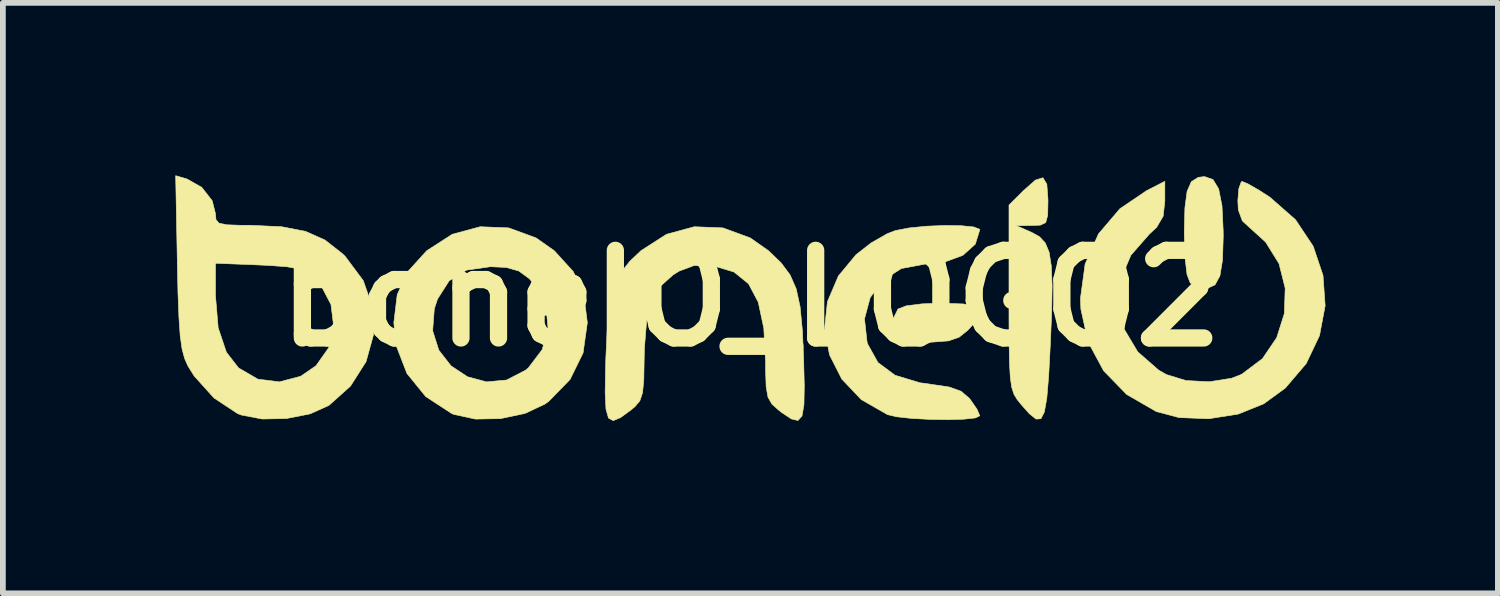
<source format=kicad_pcb>
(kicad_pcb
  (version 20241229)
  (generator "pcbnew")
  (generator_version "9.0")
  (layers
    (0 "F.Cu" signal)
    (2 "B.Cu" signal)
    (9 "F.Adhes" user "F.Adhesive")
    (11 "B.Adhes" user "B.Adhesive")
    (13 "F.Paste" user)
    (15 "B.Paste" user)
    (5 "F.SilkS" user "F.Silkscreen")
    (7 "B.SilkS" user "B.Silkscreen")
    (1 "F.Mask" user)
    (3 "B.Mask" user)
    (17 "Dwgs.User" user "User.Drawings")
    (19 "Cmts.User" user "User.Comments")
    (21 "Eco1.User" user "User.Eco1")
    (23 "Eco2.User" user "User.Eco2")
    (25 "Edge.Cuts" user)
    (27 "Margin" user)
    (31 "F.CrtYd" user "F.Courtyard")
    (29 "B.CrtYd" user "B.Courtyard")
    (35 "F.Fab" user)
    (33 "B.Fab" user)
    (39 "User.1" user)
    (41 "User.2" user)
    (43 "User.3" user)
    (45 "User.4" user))
  (footprint "boneIO_LOGO2"
    (layer "F.Cu")
    (at 10.01 2.138)
    (property "Reference" "boneIO_LOGO2" (at 0 0 180) (layer "F.SilkS") (effects (font (size 1.524 1.524) (thickness 0.3))))
    (attr exclude_from_pos_files exclude_from_bom)
    (fp_poly (pts (xy 3.697 0.098) (xy 3.917 0.146) (xy 3.99 0.237) (xy 3.924 0.384) (xy 3.772 0.554) (xy 3.618 0.677) (xy 3.435 0.74) (xy 3.162 0.761) (xy 3.066 0.762) (xy 2.789 0.753) (xy 2.585 0.73) (xy 2.512 0.706) (xy 2.458 0.555) (xy 2.476 0.35) (xy 2.556 0.187) (xy 2.557 0.186) (xy 2.699 0.131) (xy 2.977 0.096) (xy 3.319 0.085) (xy 3.697 0.098)) (stroke (width 0.01) (type solid)) (fill yes) (layer "F.SilkS"))
    (fp_poly (pts (xy 8.034 -2.066) (xy 8.133 -1.903) (xy 8.191 -1.61) (xy 8.212 -1.171) (xy 8.213 -1.081) (xy 8.2 -0.664) (xy 8.155 -0.39) (xy 8.069 -0.234) (xy 7.934 -0.173) (xy 7.874 -0.169) (xy 7.696 -0.226) (xy 7.637 -0.271) (xy 7.583 -0.415) (xy 7.548 -0.708) (xy 7.535 -1.129) (xy 7.535 -1.143) (xy 7.546 -1.572) (xy 7.584 -1.859) (xy 7.658 -2.028) (xy 7.778 -2.104) (xy 7.888 -2.117) (xy 8.034 -2.066)) (stroke (width 0.01) (type solid)) (fill yes) (layer "F.SilkS"))
    (fp_poly (pts (xy 5.145 -1.985) (xy 5.165 -1.715) (xy 5.165 -1.693) (xy 5.16 -1.443) (xy 5.125 -1.317) (xy 5.033 -1.273) (xy 4.889 -1.267) (xy 4.614 -1.263) (xy 4.881 -1.147) (xy 5.018 -1.071) (xy 5.118 -0.963) (xy 5.185 -0.801) (xy 5.223 -0.56) (xy 5.237 -0.219) (xy 5.229 0.247) (xy 5.205 0.813) (xy 5.177 1.351) (xy 5.145 1.734) (xy 5.102 1.977) (xy 5.042 2.094) (xy 4.958 2.1) (xy 4.843 2.009) (xy 4.707 1.856) (xy 4.63 1.762) (xy 4.574 1.669) (xy 4.535 1.551) (xy 4.51 1.382) (xy 4.496 1.136) (xy 4.489 0.787) (xy 4.487 0.309) (xy 4.487 -0.013) (xy 4.487 -1.622) (xy 4.735 -1.869) (xy 4.946 -2.056) (xy 5.077 -2.097) (xy 5.145 -1.985)) (stroke (width 0.01) (type solid)) (fill yes) (layer "F.SilkS"))
    (fp_poly (pts (xy 3.657 -1.263) (xy 3.875 -1.241) (xy 3.977 -1.201) (xy 3.979 -1.192) (xy 3.901 -0.942) (xy 3.685 -0.748) (xy 3.356 -0.627) (xy 3.013 -0.593) (xy 2.614 -0.518) (xy 2.294 -0.314) (xy 2.073 -0.013) (xy 1.974 0.357) (xy 2.019 0.764) (xy 2.03 0.797) (xy 2.208 1.117) (xy 2.506 1.338) (xy 2.936 1.468) (xy 3.129 1.495) (xy 3.45 1.543) (xy 3.655 1.617) (xy 3.796 1.738) (xy 3.814 1.76) (xy 3.93 1.928) (xy 3.979 2.042) (xy 3.979 2.043) (xy 3.902 2.08) (xy 3.701 2.102) (xy 3.418 2.11) (xy 3.1 2.105) (xy 2.788 2.088) (xy 2.529 2.059) (xy 2.373 2.022) (xy 1.918 1.761) (xy 1.58 1.405) (xy 1.366 0.984) (xy 1.28 0.525) (xy 1.33 0.058) (xy 1.52 -0.388) (xy 1.826 -0.758) (xy 2.089 -0.963) (xy 2.37 -1.124) (xy 2.51 -1.178) (xy 2.749 -1.224) (xy 3.05 -1.254) (xy 3.367 -1.267) (xy 3.657 -1.263)) (stroke (width 0.01) (type solid)) (fill yes) (layer "F.SilkS"))
    (fp_poly (pts (xy -4.214 -1.225) (xy -3.738 -1.051) (xy -3.422 -0.829) (xy -3.091 -0.465) (xy -2.907 -0.063) (xy -2.846 0.423) (xy -2.92 0.95) (xy -3.147 1.412) (xy -3.517 1.791) (xy -3.58 1.837) (xy -3.93 2.002) (xy -4.357 2.092) (xy -4.793 2.1) (xy -5.167 2.019) (xy -5.207 2.002) (xy -5.657 1.708) (xy -5.983 1.307) (xy -6.17 0.823) (xy -6.197 0.564) (xy -5.536 0.564) (xy -5.429 0.901) (xy -5.217 1.174) (xy -4.93 1.364) (xy -4.598 1.453) (xy -4.251 1.421) (xy -3.919 1.249) (xy -3.871 1.209) (xy -3.631 0.892) (xy -3.529 0.52) (xy -3.566 0.136) (xy -3.742 -0.216) (xy -3.858 -0.344) (xy -4.038 -0.475) (xy -4.255 -0.537) (xy -4.53 -0.55) (xy -4.945 -0.491) (xy -5.248 -0.306) (xy -5.451 0.012) (xy -5.507 0.182) (xy -5.536 0.564) (xy -6.197 0.564) (xy -6.211 0.423) (xy -6.152 -0.064) (xy -5.968 -0.465) (xy -5.638 -0.829) (xy -5.637 -0.829) (xy -5.195 -1.114) (xy -4.71 -1.245) (xy -4.214 -1.225)) (stroke (width 0.01) (type solid)) (fill yes) (layer "F.SilkS"))
    (fp_poly (pts (xy 7.197 -1.69) (xy 7.168 -1.427) (xy 7.055 -1.236) (xy 6.93 -1.119) (xy 6.607 -0.75) (xy 6.429 -0.33) (xy 6.392 0.111) (xy 6.493 0.541) (xy 6.726 0.931) (xy 7.09 1.249) (xy 7.224 1.326) (xy 7.565 1.43) (xy 7.97 1.451) (xy 8.358 1.39) (xy 8.532 1.322) (xy 8.895 1.049) (xy 9.143 0.684) (xy 9.276 0.263) (xy 9.29 -0.177) (xy 9.183 -0.603) (xy 8.951 -0.977) (xy 8.723 -1.184) (xy 8.545 -1.346) (xy 8.475 -1.539) (xy 8.467 -1.699) (xy 8.484 -1.909) (xy 8.526 -2.024) (xy 8.542 -2.032) (xy 8.648 -1.988) (xy 8.845 -1.874) (xy 9.026 -1.757) (xy 9.47 -1.367) (xy 9.777 -0.906) (xy 9.948 -0.398) (xy 9.985 0.129) (xy 9.887 0.648) (xy 9.656 1.134) (xy 9.292 1.561) (xy 8.917 1.834) (xy 8.474 2.013) (xy 7.96 2.094) (xy 7.445 2.074) (xy 7.048 1.969) (xy 6.532 1.671) (xy 6.132 1.259) (xy 5.862 0.757) (xy 5.737 0.187) (xy 5.73 -0.001) (xy 5.811 -0.596) (xy 6.043 -1.12) (xy 6.416 -1.558) (xy 6.879 -1.872) (xy 7.197 -2.035) (xy 7.197 -1.69)) (stroke (width 0.01) (type solid)) (fill yes) (layer "F.SilkS"))
    (fp_poly (pts (xy -0.489 -1.225) (xy -0.013 -1.051) (xy 0.303 -0.829) (xy 0.522 -0.619) (xy 0.679 -0.409) (xy 0.786 -0.166) (xy 0.854 0.146) (xy 0.894 0.562) (xy 0.915 1.037) (xy 0.927 1.52) (xy 0.921 1.851) (xy 0.887 2.047) (xy 0.817 2.124) (xy 0.705 2.099) (xy 0.54 1.99) (xy 0.477 1.941) (xy 0.363 1.838) (xy 0.296 1.72) (xy 0.264 1.542) (xy 0.254 1.258) (xy 0.254 1.116) (xy 0.223 0.52) (xy 0.127 0.068) (xy -0.042 -0.252) (xy -0.294 -0.457) (xy -0.634 -0.56) (xy -0.693 -0.568) (xy -0.994 -0.569) (xy -1.246 -0.475) (xy -1.355 -0.407) (xy -1.576 -0.21) (xy -1.726 0.048) (xy -1.815 0.398) (xy -1.854 0.872) (xy -1.858 1.073) (xy -1.864 1.421) (xy -1.886 1.643) (xy -1.933 1.783) (xy -2.019 1.885) (xy -2.086 1.941) (xy -2.268 2.074) (xy -2.396 2.127) (xy -2.478 2.083) (xy -2.522 1.926) (xy -2.536 1.639) (xy -2.529 1.205) (xy -2.524 1.037) (xy -2.498 0.502) (xy -2.455 0.101) (xy -2.383 -0.2) (xy -2.271 -0.437) (xy -2.107 -0.645) (xy -1.912 -0.829) (xy -1.469 -1.114) (xy -0.985 -1.245) (xy -0.489 -1.225)) (stroke (width 0.01) (type solid)) (fill yes) (layer "F.SilkS"))
    (fp_poly (pts (xy -9.807 -2.075) (xy -9.55 -1.929) (xy -9.369 -1.696) (xy -9.313 -1.472) (xy -9.304 -1.368) (xy -9.251 -1.307) (xy -9.119 -1.279) (xy -8.872 -1.27) (xy -8.7 -1.27) (xy -8.162 -1.245) (xy -7.745 -1.164) (xy -7.407 -1.013) (xy -7.105 -0.776) (xy -7.057 -0.73) (xy -6.743 -0.308) (xy -6.58 0.156) (xy -6.565 0.635) (xy -6.694 1.101) (xy -6.965 1.527) (xy -7.341 1.863) (xy -7.666 2.009) (xy -8.076 2.09) (xy -8.499 2.099) (xy -8.865 2.029) (xy -8.932 2.002) (xy -9.339 1.733) (xy -9.683 1.351) (xy -9.792 1.176) (xy -9.85 1.045) (xy -9.894 0.88) (xy -9.926 0.654) (xy -9.948 0.338) (xy -9.963 -0.048) (xy -9.313 -0.048) (xy -9.266 0.512) (xy -9.123 0.938) (xy -8.911 1.211) (xy -8.575 1.406) (xy -8.201 1.453) (xy -7.83 1.355) (xy -7.564 1.172) (xy -7.343 0.858) (xy -7.257 0.488) (xy -7.304 0.108) (xy -7.485 -0.237) (xy -7.584 -0.345) (xy -7.712 -0.446) (xy -7.862 -0.511) (xy -8.078 -0.55) (xy -8.403 -0.573) (xy -8.558 -0.58) (xy -9.313 -0.61) (xy -9.313 -0.048) (xy -9.963 -0.048) (xy -9.965 -0.095) (xy -9.976 -0.622) (xy -10.005 -2.133) (xy -9.807 -2.075)) (stroke (width 0.01) (type solid)) (fill yes) (layer "F.SilkS")))
  (gr_rect
    (start -3 -3)
    (end 22.999 7.269)
    (stroke (width 0.1) (type default))
    (fill no)
    (layer "Edge.Cuts")))
</source>
